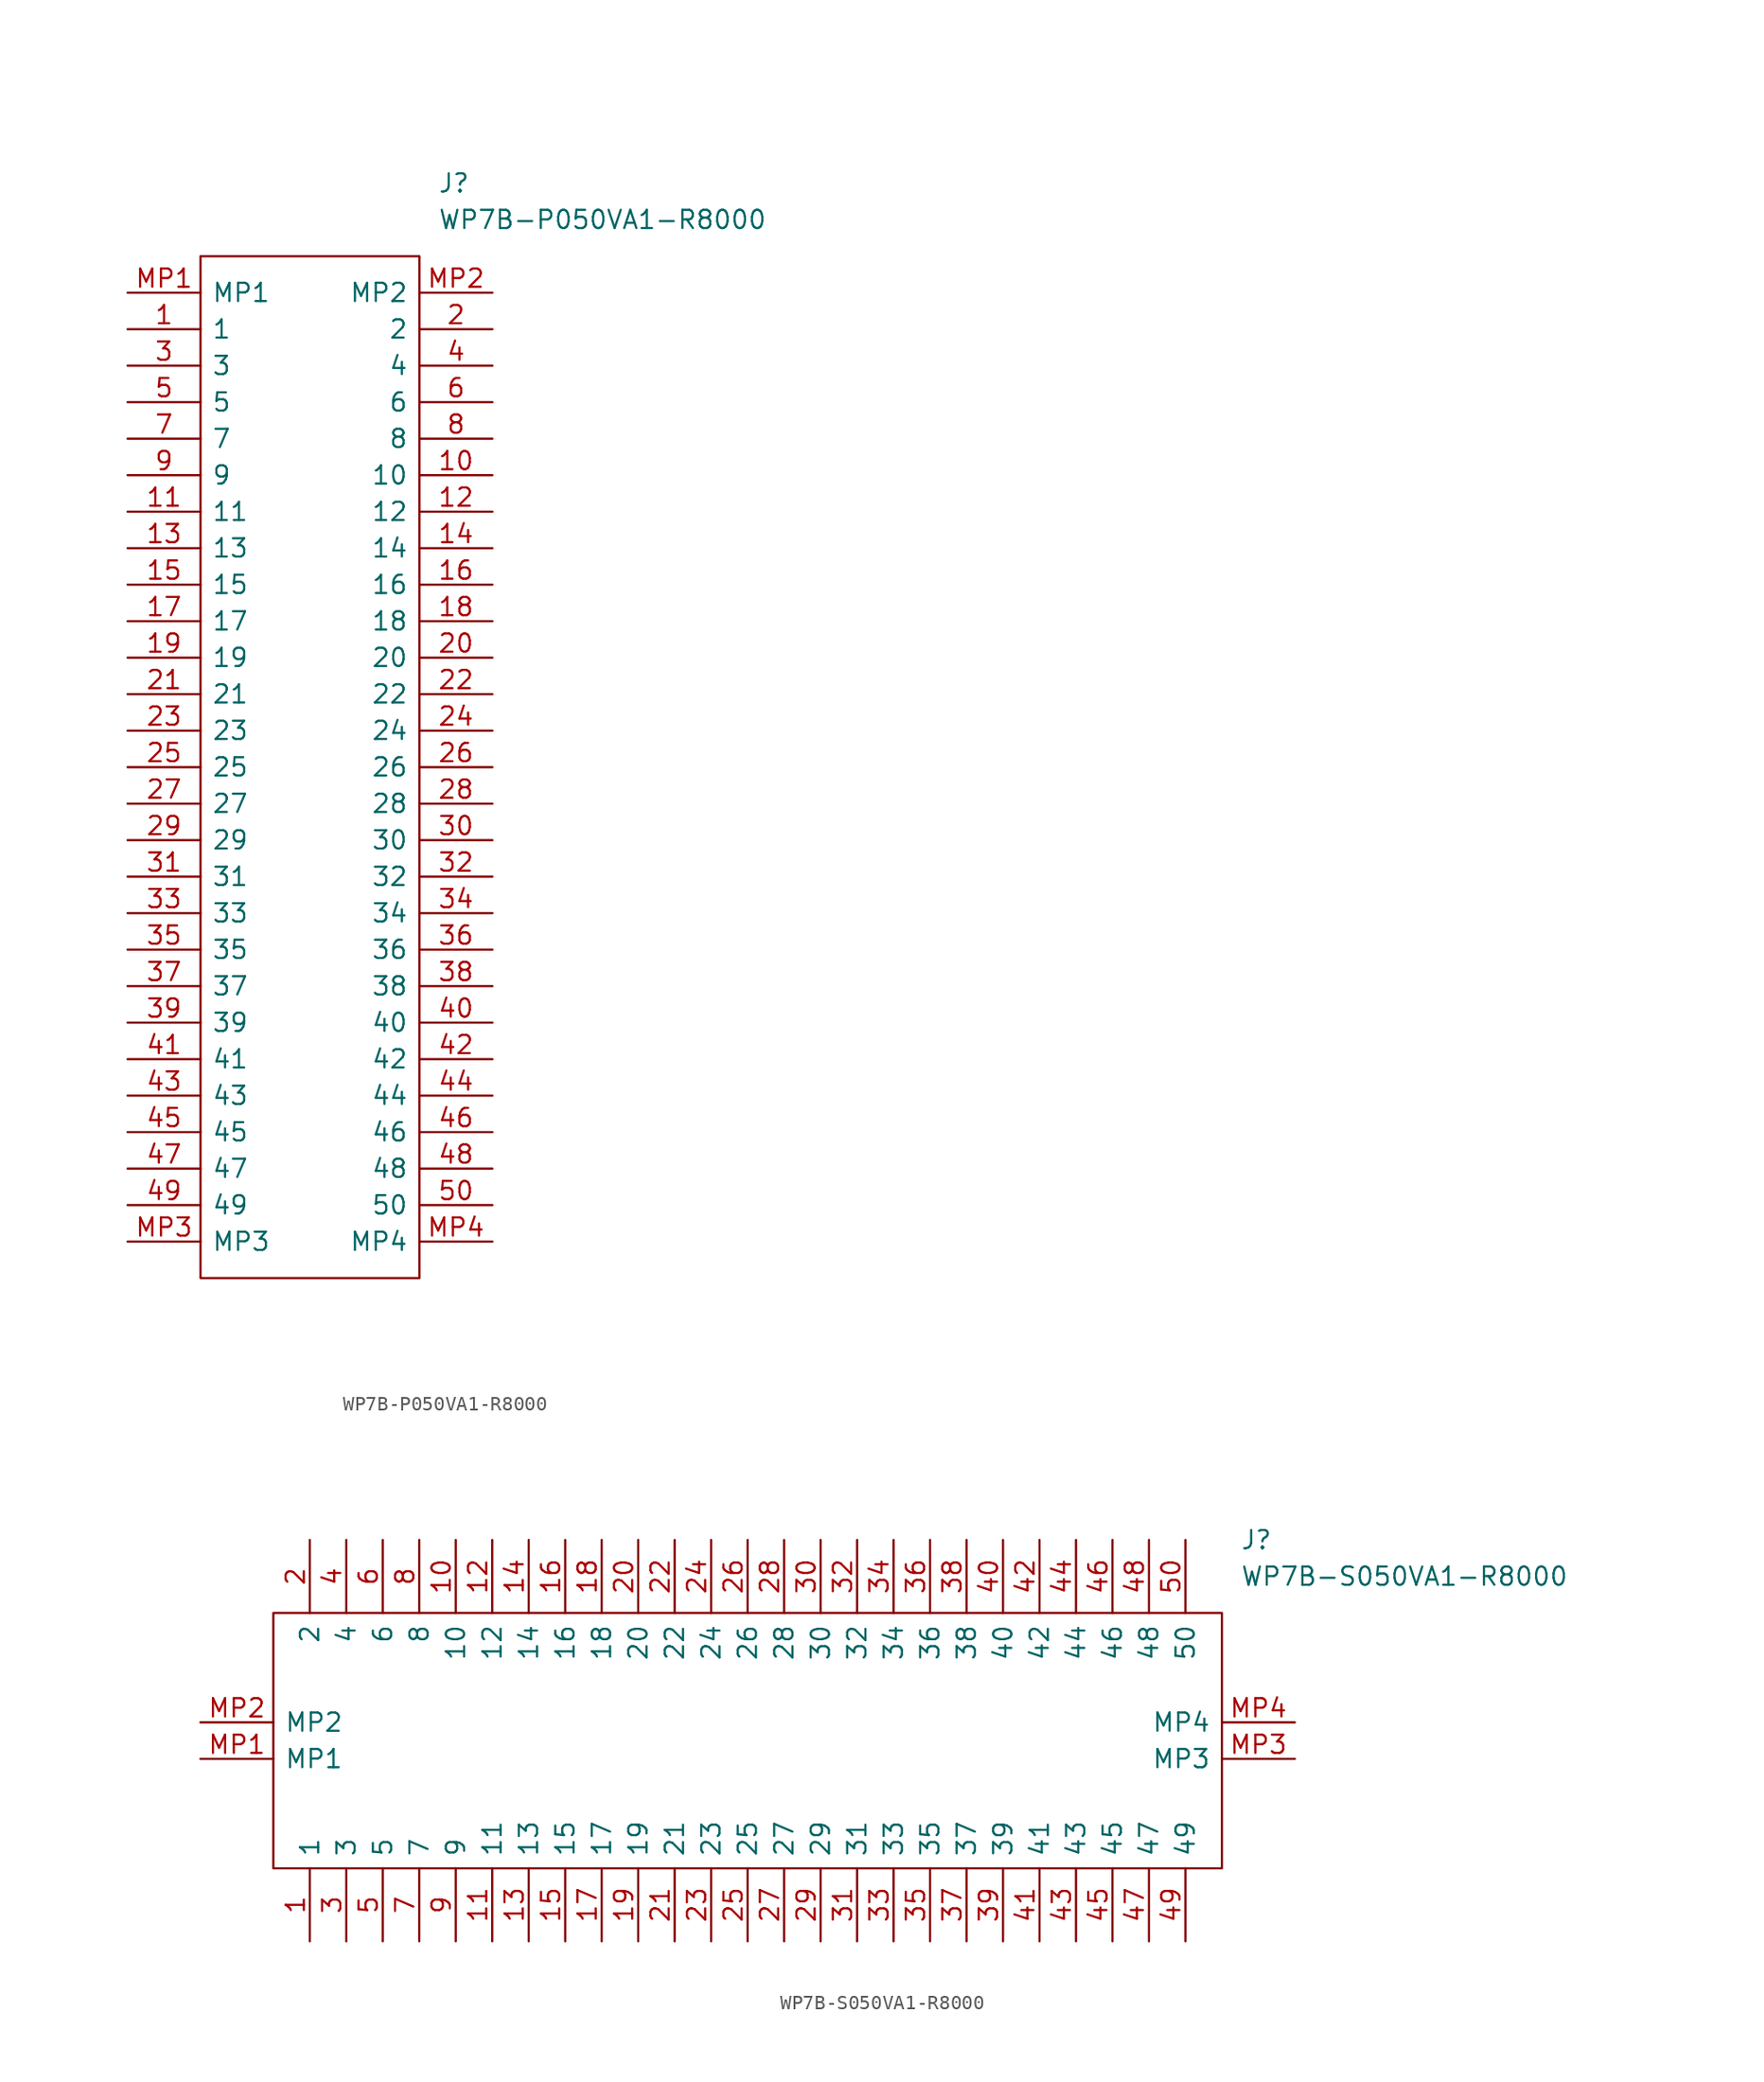
<source format=kicad_sym>
(kicad_symbol_lib
  (version 20211014)
  (generator kicad_symbol_editor)
  (symbol "WP7B-P050VA1-R8000"
    (pin_names
      (offset 0.762))
    (property "Reference" "J"
      (at 21.59 7.62 0)
      (effects (font (size 1.27 1.27)) (justify left)))
    (property "Value" "WP7B-P050VA1-R8000"
      (at 21.59 5.08 0)
      (effects (font (size 1.27 1.27)) (justify left)))
    (symbol "WP7B-P050VA1-R8000_0_0"
      (pin passive line (at 0 -2.54 0) (length 5.08) (name "1" (effects (font (size 1.27 1.27)))) (number "1" (effects (font (size 1.27 1.27)))))
      (pin passive line (at 25.4 -12.7 180) (length 5.08) (name "10" (effects (font (size 1.27 1.27)))) (number "10" (effects (font (size 1.27 1.27)))))
      (pin passive line (at 0 -15.24 0) (length 5.08) (name "11" (effects (font (size 1.27 1.27)))) (number "11" (effects (font (size 1.27 1.27)))))
      (pin passive line (at 25.4 -15.24 180) (length 5.08) (name "12" (effects (font (size 1.27 1.27)))) (number "12" (effects (font (size 1.27 1.27)))))
      (pin passive line (at 0 -17.78 0) (length 5.08) (name "13" (effects (font (size 1.27 1.27)))) (number "13" (effects (font (size 1.27 1.27)))))
      (pin passive line (at 25.4 -17.78 180) (length 5.08) (name "14" (effects (font (size 1.27 1.27)))) (number "14" (effects (font (size 1.27 1.27)))))
      (pin passive line (at 0 -20.32 0) (length 5.08) (name "15" (effects (font (size 1.27 1.27)))) (number "15" (effects (font (size 1.27 1.27)))))
      (pin passive line (at 25.4 -20.32 180) (length 5.08) (name "16" (effects (font (size 1.27 1.27)))) (number "16" (effects (font (size 1.27 1.27)))))
      (pin passive line (at 0 -22.86 0) (length 5.08) (name "17" (effects (font (size 1.27 1.27)))) (number "17" (effects (font (size 1.27 1.27)))))
      (pin passive line (at 25.4 -22.86 180) (length 5.08) (name "18" (effects (font (size 1.27 1.27)))) (number "18" (effects (font (size 1.27 1.27)))))
      (pin passive line (at 0 -25.4 0) (length 5.08) (name "19" (effects (font (size 1.27 1.27)))) (number "19" (effects (font (size 1.27 1.27)))))
      (pin passive line (at 25.4 -2.54 180) (length 5.08) (name "2" (effects (font (size 1.27 1.27)))) (number "2" (effects (font (size 1.27 1.27)))))
      (pin passive line (at 25.4 -25.4 180) (length 5.08) (name "20" (effects (font (size 1.27 1.27)))) (number "20" (effects (font (size 1.27 1.27)))))
      (pin passive line (at 0 -27.94 0) (length 5.08) (name "21" (effects (font (size 1.27 1.27)))) (number "21" (effects (font (size 1.27 1.27)))))
      (pin passive line (at 25.4 -27.94 180) (length 5.08) (name "22" (effects (font (size 1.27 1.27)))) (number "22" (effects (font (size 1.27 1.27)))))
      (pin passive line (at 0 -30.48 0) (length 5.08) (name "23" (effects (font (size 1.27 1.27)))) (number "23" (effects (font (size 1.27 1.27)))))
      (pin passive line (at 25.4 -30.48 180) (length 5.08) (name "24" (effects (font (size 1.27 1.27)))) (number "24" (effects (font (size 1.27 1.27)))))
      (pin passive line (at 0 -33.02 0) (length 5.08) (name "25" (effects (font (size 1.27 1.27)))) (number "25" (effects (font (size 1.27 1.27)))))
      (pin passive line (at 25.4 -33.02 180) (length 5.08) (name "26" (effects (font (size 1.27 1.27)))) (number "26" (effects (font (size 1.27 1.27)))))
      (pin passive line (at 0 -35.56 0) (length 5.08) (name "27" (effects (font (size 1.27 1.27)))) (number "27" (effects (font (size 1.27 1.27)))))
      (pin passive line (at 25.4 -35.56 180) (length 5.08) (name "28" (effects (font (size 1.27 1.27)))) (number "28" (effects (font (size 1.27 1.27)))))
      (pin passive line (at 0 -38.1 0) (length 5.08) (name "29" (effects (font (size 1.27 1.27)))) (number "29" (effects (font (size 1.27 1.27)))))
      (pin passive line (at 0 -5.08 0) (length 5.08) (name "3" (effects (font (size 1.27 1.27)))) (number "3" (effects (font (size 1.27 1.27)))))
      (pin passive line (at 25.4 -38.1 180) (length 5.08) (name "30" (effects (font (size 1.27 1.27)))) (number "30" (effects (font (size 1.27 1.27)))))
      (pin passive line (at 0 -40.64 0) (length 5.08) (name "31" (effects (font (size 1.27 1.27)))) (number "31" (effects (font (size 1.27 1.27)))))
      (pin passive line (at 25.4 -40.64 180) (length 5.08) (name "32" (effects (font (size 1.27 1.27)))) (number "32" (effects (font (size 1.27 1.27)))))
      (pin passive line (at 0 -43.18 0) (length 5.08) (name "33" (effects (font (size 1.27 1.27)))) (number "33" (effects (font (size 1.27 1.27)))))
      (pin passive line (at 25.4 -43.18 180) (length 5.08) (name "34" (effects (font (size 1.27 1.27)))) (number "34" (effects (font (size 1.27 1.27)))))
      (pin passive line (at 0 -45.72 0) (length 5.08) (name "35" (effects (font (size 1.27 1.27)))) (number "35" (effects (font (size 1.27 1.27)))))
      (pin passive line (at 25.4 -45.72 180) (length 5.08) (name "36" (effects (font (size 1.27 1.27)))) (number "36" (effects (font (size 1.27 1.27)))))
      (pin passive line (at 0 -48.26 0) (length 5.08) (name "37" (effects (font (size 1.27 1.27)))) (number "37" (effects (font (size 1.27 1.27)))))
      (pin passive line (at 25.4 -48.26 180) (length 5.08) (name "38" (effects (font (size 1.27 1.27)))) (number "38" (effects (font (size 1.27 1.27)))))
      (pin passive line (at 0 -50.8 0) (length 5.08) (name "39" (effects (font (size 1.27 1.27)))) (number "39" (effects (font (size 1.27 1.27)))))
      (pin passive line (at 25.4 -5.08 180) (length 5.08) (name "4" (effects (font (size 1.27 1.27)))) (number "4" (effects (font (size 1.27 1.27)))))
      (pin passive line (at 25.4 -50.8 180) (length 5.08) (name "40" (effects (font (size 1.27 1.27)))) (number "40" (effects (font (size 1.27 1.27)))))
      (pin passive line (at 0 -53.34 0) (length 5.08) (name "41" (effects (font (size 1.27 1.27)))) (number "41" (effects (font (size 1.27 1.27)))))
      (pin passive line (at 25.4 -53.34 180) (length 5.08) (name "42" (effects (font (size 1.27 1.27)))) (number "42" (effects (font (size 1.27 1.27)))))
      (pin passive line (at 0 -55.88 0) (length 5.08) (name "43" (effects (font (size 1.27 1.27)))) (number "43" (effects (font (size 1.27 1.27)))))
      (pin passive line (at 25.4 -55.88 180) (length 5.08) (name "44" (effects (font (size 1.27 1.27)))) (number "44" (effects (font (size 1.27 1.27)))))
      (pin passive line (at 0 -58.42 0) (length 5.08) (name "45" (effects (font (size 1.27 1.27)))) (number "45" (effects (font (size 1.27 1.27)))))
      (pin passive line (at 25.4 -58.42 180) (length 5.08) (name "46" (effects (font (size 1.27 1.27)))) (number "46" (effects (font (size 1.27 1.27)))))
      (pin passive line (at 0 -60.96 0) (length 5.08) (name "47" (effects (font (size 1.27 1.27)))) (number "47" (effects (font (size 1.27 1.27)))))
      (pin passive line (at 25.4 -60.96 180) (length 5.08) (name "48" (effects (font (size 1.27 1.27)))) (number "48" (effects (font (size 1.27 1.27)))))
      (pin passive line (at 0 -63.5 0) (length 5.08) (name "49" (effects (font (size 1.27 1.27)))) (number "49" (effects (font (size 1.27 1.27)))))
      (pin passive line (at 0 -7.62 0) (length 5.08) (name "5" (effects (font (size 1.27 1.27)))) (number "5" (effects (font (size 1.27 1.27)))))
      (pin passive line (at 25.4 -63.5 180) (length 5.08) (name "50" (effects (font (size 1.27 1.27)))) (number "50" (effects (font (size 1.27 1.27)))))
      (pin passive line (at 25.4 -7.62 180) (length 5.08) (name "6" (effects (font (size 1.27 1.27)))) (number "6" (effects (font (size 1.27 1.27)))))
      (pin passive line (at 0 -10.16 0) (length 5.08) (name "7" (effects (font (size 1.27 1.27)))) (number "7" (effects (font (size 1.27 1.27)))))
      (pin passive line (at 25.4 -10.16 180) (length 5.08) (name "8" (effects (font (size 1.27 1.27)))) (number "8" (effects (font (size 1.27 1.27)))))
      (pin passive line (at 0 -12.7 0) (length 5.08) (name "9" (effects (font (size 1.27 1.27)))) (number "9" (effects (font (size 1.27 1.27)))))
      (pin passive line (at 0 0 0) (length 5.08) (name "MP1" (effects (font (size 1.27 1.27)))) (number "MP1" (effects (font (size 1.27 1.27)))))
      (pin passive line (at 25.4 0 180) (length 5.08) (name "MP2" (effects (font (size 1.27 1.27)))) (number "MP2" (effects (font (size 1.27 1.27)))))
      (pin passive line (at 0 -66.04 0) (length 5.08) (name "MP3" (effects (font (size 1.27 1.27)))) (number "MP3" (effects (font (size 1.27 1.27)))))
      (pin passive line (at 25.4 -66.04 180) (length 5.08) (name "MP4" (effects (font (size 1.27 1.27)))) (number "MP4" (effects (font (size 1.27 1.27))))))
    (symbol "WP7B-P050VA1-R8000_0_1"
      (polyline (pts (xy 5.08 2.54) (xy 20.32 2.54) (xy 20.32 -68.58) (xy 5.08 -68.58) (xy 5.08 2.54)) (stroke (width 0.152) (type default) (color 0 0 0 0)) (fill (type none)))))
  (symbol "WP7B-S050VA1-R8000"
    (pin_names
      (offset 0.762))
    (property "Reference" "J"
      (at 72.39 12.7 0)
      (effects (font (size 1.27 1.27)) (justify left)))
    (property "Value" "WP7B-S050VA1-R8000"
      (at 72.39 10.16 0)
      (effects (font (size 1.27 1.27)) (justify left)))
    (symbol "WP7B-S050VA1-R8000_0_0"
      (pin passive line (at 7.62 -15.24 90) (length 5.08) (name "1" (effects (font (size 1.27 1.27)))) (number "1" (effects (font (size 1.27 1.27)))))
      (pin passive line (at 17.78 12.7 270) (length 5.08) (name "10" (effects (font (size 1.27 1.27)))) (number "10" (effects (font (size 1.27 1.27)))))
      (pin passive line (at 20.32 -15.24 90) (length 5.08) (name "11" (effects (font (size 1.27 1.27)))) (number "11" (effects (font (size 1.27 1.27)))))
      (pin passive line (at 20.32 12.7 270) (length 5.08) (name "12" (effects (font (size 1.27 1.27)))) (number "12" (effects (font (size 1.27 1.27)))))
      (pin passive line (at 22.86 -15.24 90) (length 5.08) (name "13" (effects (font (size 1.27 1.27)))) (number "13" (effects (font (size 1.27 1.27)))))
      (pin passive line (at 22.86 12.7 270) (length 5.08) (name "14" (effects (font (size 1.27 1.27)))) (number "14" (effects (font (size 1.27 1.27)))))
      (pin passive line (at 25.4 -15.24 90) (length 5.08) (name "15" (effects (font (size 1.27 1.27)))) (number "15" (effects (font (size 1.27 1.27)))))
      (pin passive line (at 25.4 12.7 270) (length 5.08) (name "16" (effects (font (size 1.27 1.27)))) (number "16" (effects (font (size 1.27 1.27)))))
      (pin passive line (at 27.94 -15.24 90) (length 5.08) (name "17" (effects (font (size 1.27 1.27)))) (number "17" (effects (font (size 1.27 1.27)))))
      (pin passive line (at 27.94 12.7 270) (length 5.08) (name "18" (effects (font (size 1.27 1.27)))) (number "18" (effects (font (size 1.27 1.27)))))
      (pin passive line (at 30.48 -15.24 90) (length 5.08) (name "19" (effects (font (size 1.27 1.27)))) (number "19" (effects (font (size 1.27 1.27)))))
      (pin passive line (at 7.62 12.7 270) (length 5.08) (name "2" (effects (font (size 1.27 1.27)))) (number "2" (effects (font (size 1.27 1.27)))))
      (pin passive line (at 30.48 12.7 270) (length 5.08) (name "20" (effects (font (size 1.27 1.27)))) (number "20" (effects (font (size 1.27 1.27)))))
      (pin passive line (at 33.02 -15.24 90) (length 5.08) (name "21" (effects (font (size 1.27 1.27)))) (number "21" (effects (font (size 1.27 1.27)))))
      (pin passive line (at 33.02 12.7 270) (length 5.08) (name "22" (effects (font (size 1.27 1.27)))) (number "22" (effects (font (size 1.27 1.27)))))
      (pin passive line (at 35.56 -15.24 90) (length 5.08) (name "23" (effects (font (size 1.27 1.27)))) (number "23" (effects (font (size 1.27 1.27)))))
      (pin passive line (at 35.56 12.7 270) (length 5.08) (name "24" (effects (font (size 1.27 1.27)))) (number "24" (effects (font (size 1.27 1.27)))))
      (pin passive line (at 38.1 -15.24 90) (length 5.08) (name "25" (effects (font (size 1.27 1.27)))) (number "25" (effects (font (size 1.27 1.27)))))
      (pin passive line (at 38.1 12.7 270) (length 5.08) (name "26" (effects (font (size 1.27 1.27)))) (number "26" (effects (font (size 1.27 1.27)))))
      (pin passive line (at 40.64 -15.24 90) (length 5.08) (name "27" (effects (font (size 1.27 1.27)))) (number "27" (effects (font (size 1.27 1.27)))))
      (pin passive line (at 40.64 12.7 270) (length 5.08) (name "28" (effects (font (size 1.27 1.27)))) (number "28" (effects (font (size 1.27 1.27)))))
      (pin passive line (at 43.18 -15.24 90) (length 5.08) (name "29" (effects (font (size 1.27 1.27)))) (number "29" (effects (font (size 1.27 1.27)))))
      (pin passive line (at 10.16 -15.24 90) (length 5.08) (name "3" (effects (font (size 1.27 1.27)))) (number "3" (effects (font (size 1.27 1.27)))))
      (pin passive line (at 43.18 12.7 270) (length 5.08) (name "30" (effects (font (size 1.27 1.27)))) (number "30" (effects (font (size 1.27 1.27)))))
      (pin passive line (at 45.72 -15.24 90) (length 5.08) (name "31" (effects (font (size 1.27 1.27)))) (number "31" (effects (font (size 1.27 1.27)))))
      (pin passive line (at 45.72 12.7 270) (length 5.08) (name "32" (effects (font (size 1.27 1.27)))) (number "32" (effects (font (size 1.27 1.27)))))
      (pin passive line (at 48.26 -15.24 90) (length 5.08) (name "33" (effects (font (size 1.27 1.27)))) (number "33" (effects (font (size 1.27 1.27)))))
      (pin passive line (at 48.26 12.7 270) (length 5.08) (name "34" (effects (font (size 1.27 1.27)))) (number "34" (effects (font (size 1.27 1.27)))))
      (pin passive line (at 50.8 -15.24 90) (length 5.08) (name "35" (effects (font (size 1.27 1.27)))) (number "35" (effects (font (size 1.27 1.27)))))
      (pin passive line (at 50.8 12.7 270) (length 5.08) (name "36" (effects (font (size 1.27 1.27)))) (number "36" (effects (font (size 1.27 1.27)))))
      (pin passive line (at 53.34 -15.24 90) (length 5.08) (name "37" (effects (font (size 1.27 1.27)))) (number "37" (effects (font (size 1.27 1.27)))))
      (pin passive line (at 53.34 12.7 270) (length 5.08) (name "38" (effects (font (size 1.27 1.27)))) (number "38" (effects (font (size 1.27 1.27)))))
      (pin passive line (at 55.88 -15.24 90) (length 5.08) (name "39" (effects (font (size 1.27 1.27)))) (number "39" (effects (font (size 1.27 1.27)))))
      (pin passive line (at 10.16 12.7 270) (length 5.08) (name "4" (effects (font (size 1.27 1.27)))) (number "4" (effects (font (size 1.27 1.27)))))
      (pin passive line (at 55.88 12.7 270) (length 5.08) (name "40" (effects (font (size 1.27 1.27)))) (number "40" (effects (font (size 1.27 1.27)))))
      (pin passive line (at 58.42 -15.24 90) (length 5.08) (name "41" (effects (font (size 1.27 1.27)))) (number "41" (effects (font (size 1.27 1.27)))))
      (pin passive line (at 58.42 12.7 270) (length 5.08) (name "42" (effects (font (size 1.27 1.27)))) (number "42" (effects (font (size 1.27 1.27)))))
      (pin passive line (at 60.96 -15.24 90) (length 5.08) (name "43" (effects (font (size 1.27 1.27)))) (number "43" (effects (font (size 1.27 1.27)))))
      (pin passive line (at 60.96 12.7 270) (length 5.08) (name "44" (effects (font (size 1.27 1.27)))) (number "44" (effects (font (size 1.27 1.27)))))
      (pin passive line (at 63.5 -15.24 90) (length 5.08) (name "45" (effects (font (size 1.27 1.27)))) (number "45" (effects (font (size 1.27 1.27)))))
      (pin passive line (at 63.5 12.7 270) (length 5.08) (name "46" (effects (font (size 1.27 1.27)))) (number "46" (effects (font (size 1.27 1.27)))))
      (pin passive line (at 66.04 -15.24 90) (length 5.08) (name "47" (effects (font (size 1.27 1.27)))) (number "47" (effects (font (size 1.27 1.27)))))
      (pin passive line (at 66.04 12.7 270) (length 5.08) (name "48" (effects (font (size 1.27 1.27)))) (number "48" (effects (font (size 1.27 1.27)))))
      (pin passive line (at 68.58 -15.24 90) (length 5.08) (name "49" (effects (font (size 1.27 1.27)))) (number "49" (effects (font (size 1.27 1.27)))))
      (pin passive line (at 12.7 -15.24 90) (length 5.08) (name "5" (effects (font (size 1.27 1.27)))) (number "5" (effects (font (size 1.27 1.27)))))
      (pin passive line (at 68.58 12.7 270) (length 5.08) (name "50" (effects (font (size 1.27 1.27)))) (number "50" (effects (font (size 1.27 1.27)))))
      (pin passive line (at 12.7 12.7 270) (length 5.08) (name "6" (effects (font (size 1.27 1.27)))) (number "6" (effects (font (size 1.27 1.27)))))
      (pin passive line (at 15.24 -15.24 90) (length 5.08) (name "7" (effects (font (size 1.27 1.27)))) (number "7" (effects (font (size 1.27 1.27)))))
      (pin passive line (at 15.24 12.7 270) (length 5.08) (name "8" (effects (font (size 1.27 1.27)))) (number "8" (effects (font (size 1.27 1.27)))))
      (pin passive line (at 17.78 -15.24 90) (length 5.08) (name "9" (effects (font (size 1.27 1.27)))) (number "9" (effects (font (size 1.27 1.27)))))
      (pin passive line (at 0 -2.54 0) (length 5.08) (name "MP1" (effects (font (size 1.27 1.27)))) (number "MP1" (effects (font (size 1.27 1.27)))))
      (pin passive line (at 0 0 0) (length 5.08) (name "MP2" (effects (font (size 1.27 1.27)))) (number "MP2" (effects (font (size 1.27 1.27)))))
      (pin passive line (at 76.2 -2.54 180) (length 5.08) (name "MP3" (effects (font (size 1.27 1.27)))) (number "MP3" (effects (font (size 1.27 1.27)))))
      (pin passive line (at 76.2 0 180) (length 5.08) (name "MP4" (effects (font (size 1.27 1.27)))) (number "MP4" (effects (font (size 1.27 1.27))))))
    (symbol "WP7B-S050VA1-R8000_0_1"
      (polyline (pts (xy 5.08 7.62) (xy 71.12 7.62) (xy 71.12 -10.16) (xy 5.08 -10.16) (xy 5.08 7.62)) (stroke (width 0.152) (type default) (color 0 0 0 0)) (fill (type none))))))
</source>
